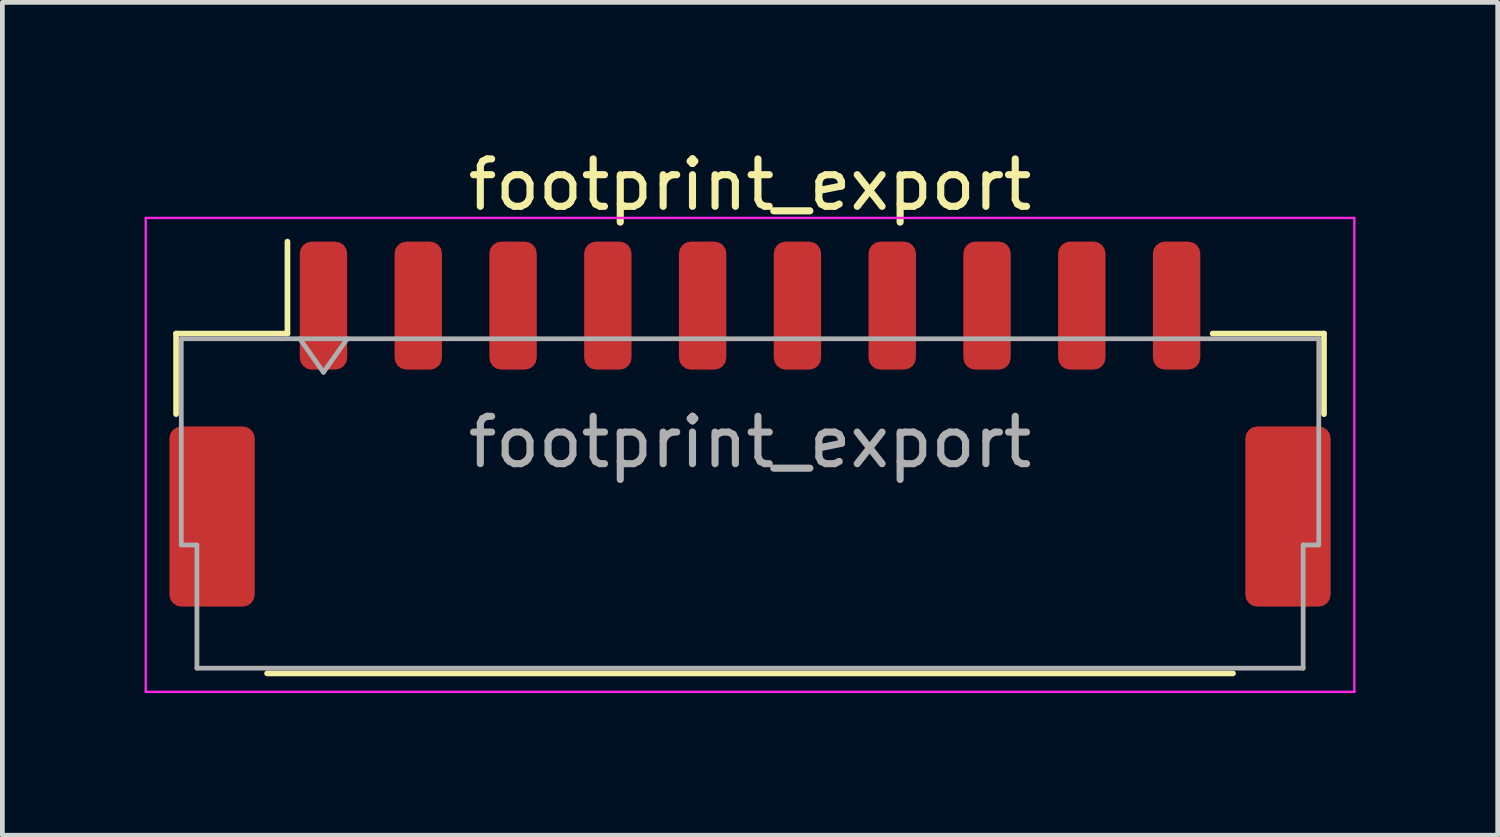
<source format=kicad_pcb>
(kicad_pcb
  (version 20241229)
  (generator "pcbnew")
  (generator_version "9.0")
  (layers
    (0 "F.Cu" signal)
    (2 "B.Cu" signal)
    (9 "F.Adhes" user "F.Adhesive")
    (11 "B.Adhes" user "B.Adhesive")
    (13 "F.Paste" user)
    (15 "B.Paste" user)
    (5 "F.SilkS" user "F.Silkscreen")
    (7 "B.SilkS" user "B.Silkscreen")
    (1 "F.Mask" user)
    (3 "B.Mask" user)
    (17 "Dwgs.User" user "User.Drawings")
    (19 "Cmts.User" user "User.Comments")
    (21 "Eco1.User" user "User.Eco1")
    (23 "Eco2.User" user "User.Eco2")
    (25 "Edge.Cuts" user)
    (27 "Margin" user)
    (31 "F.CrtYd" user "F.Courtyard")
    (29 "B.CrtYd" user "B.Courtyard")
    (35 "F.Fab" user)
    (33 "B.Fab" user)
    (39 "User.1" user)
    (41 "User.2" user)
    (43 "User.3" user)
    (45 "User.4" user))
  (footprint "footprint_export"
    (layer "F.Cu")
    (at 12.775 5.898)
    (property "Reference" "footprint_export" (at 0 -5.05 0) (layer "F.SilkS") (effects (font (size 1 1) (thickness 0.15))))
    (attr smd)
    (fp_line (start -12.11 -1.91) (end -9.76 -1.91) (stroke (width 0.12) (type solid)) (layer "F.SilkS"))
    (fp_line (start -12.11 -0.21) (end -12.11 -1.91) (stroke (width 0.12) (type solid)) (layer "F.SilkS"))
    (fp_line (start -10.19 5.26) (end 10.19 5.26) (stroke (width 0.12) (type solid)) (layer "F.SilkS"))
    (fp_line (start -9.76 -1.91) (end -9.76 -3.85) (stroke (width 0.12) (type solid)) (layer "F.SilkS"))
    (fp_line (start 12.11 -1.91) (end 9.76 -1.91) (stroke (width 0.12) (type solid)) (layer "F.SilkS"))
    (fp_line (start 12.11 -0.21) (end 12.11 -1.91) (stroke (width 0.12) (type solid)) (layer "F.SilkS"))
    (fp_line (start -12.75 -4.35) (end -12.75 5.65) (stroke (width 0.05) (type solid)) (layer "F.CrtYd"))
    (fp_line (start -12.75 5.65) (end 12.75 5.65) (stroke (width 0.05) (type solid)) (layer "F.CrtYd"))
    (fp_line (start 12.75 -4.35) (end -12.75 -4.35) (stroke (width 0.05) (type solid)) (layer "F.CrtYd"))
    (fp_line (start 12.75 5.65) (end 12.75 -4.35) (stroke (width 0.05) (type solid)) (layer "F.CrtYd"))
    (fp_line (start -12 -1.8) (end -12 2.55) (stroke (width 0.1) (type solid)) (layer "F.Fab"))
    (fp_line (start -12 -1.8) (end 12 -1.8) (stroke (width 0.1) (type solid)) (layer "F.Fab"))
    (fp_line (start -12 2.55) (end -11.67 2.55) (stroke (width 0.1) (type solid)) (layer "F.Fab"))
    (fp_line (start -11.67 2.55) (end -11.67 5.15) (stroke (width 0.1) (type solid)) (layer "F.Fab"))
    (fp_line (start -11.67 5.15) (end 11.67 5.15) (stroke (width 0.1) (type solid)) (layer "F.Fab"))
    (fp_line (start -9.5 -1.8) (end -9 -1.093) (stroke (width 0.1) (type solid)) (layer "F.Fab"))
    (fp_line (start -9 -1.093) (end -8.5 -1.8) (stroke (width 0.1) (type solid)) (layer "F.Fab"))
    (fp_line (start 11.67 2.55) (end 12 2.55) (stroke (width 0.1) (type solid)) (layer "F.Fab"))
    (fp_line (start 11.67 5.15) (end 11.67 2.55) (stroke (width 0.1) (type solid)) (layer "F.Fab"))
    (fp_line (start 12 -1.8) (end 12 2.55) (stroke (width 0.1) (type solid)) (layer "F.Fab"))
    (fp_text user "${REFERENCE}" (at 0 0.38 0) (layer "F.Fab") (effects (font (size 1 1) (thickness 0.15))))
    (pad "1" smd roundrect (at -9 -2.5) (size 1 2.7) (layers "F.Cu" "F.Mask" "F.Paste") (roundrect_rratio 0.25))
    (pad "2" smd roundrect (at -7 -2.5) (size 1 2.7) (layers "F.Cu" "F.Mask" "F.Paste") (roundrect_rratio 0.25))
    (pad "3" smd roundrect (at -5 -2.5) (size 1 2.7) (layers "F.Cu" "F.Mask" "F.Paste") (roundrect_rratio 0.25))
    (pad "4" smd roundrect (at -3 -2.5) (size 1 2.7) (layers "F.Cu" "F.Mask" "F.Paste") (roundrect_rratio 0.25))
    (pad "5" smd roundrect (at -1 -2.5) (size 1 2.7) (layers "F.Cu" "F.Mask" "F.Paste") (roundrect_rratio 0.25))
    (pad "6" smd roundrect (at 1 -2.5) (size 1 2.7) (layers "F.Cu" "F.Mask" "F.Paste") (roundrect_rratio 0.25))
    (pad "7" smd roundrect (at 3 -2.5) (size 1 2.7) (layers "F.Cu" "F.Mask" "F.Paste") (roundrect_rratio 0.25))
    (pad "8" smd roundrect (at 5 -2.5) (size 1 2.7) (layers "F.Cu" "F.Mask" "F.Paste") (roundrect_rratio 0.25))
    (pad "9" smd roundrect (at 7 -2.5) (size 1 2.7) (layers "F.Cu" "F.Mask" "F.Paste") (roundrect_rratio 0.25))
    (pad "10" smd roundrect (at 9 -2.5) (size 1 2.7) (layers "F.Cu" "F.Mask" "F.Paste") (roundrect_rratio 0.25))
    (pad "MP" smd roundrect (at -11.35 1.95) (size 1.8 3.8) (layers "F.Cu" "F.Mask" "F.Paste") (roundrect_rratio 0.139))
    (pad "MP" smd roundrect (at 11.35 1.95) (size 1.8 3.8) (layers "F.Cu" "F.Mask" "F.Paste") (roundrect_rratio 0.139)))
  (gr_rect
    (start -3 -3)
    (end 28.55 14.573)
    (stroke (width 0.1) (type default))
    (fill no)
    (layer "Edge.Cuts")))
</source>
